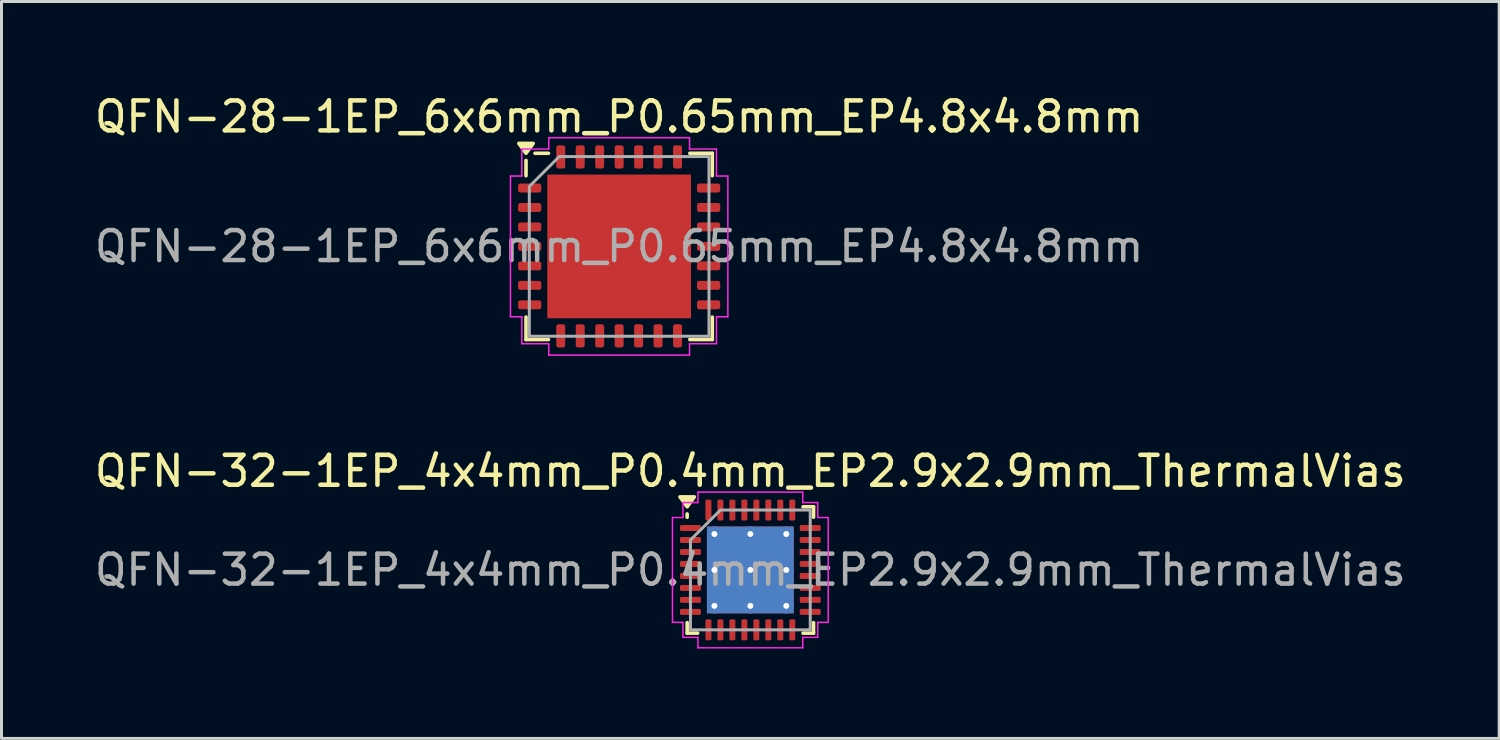
<source format=kicad_pcb>
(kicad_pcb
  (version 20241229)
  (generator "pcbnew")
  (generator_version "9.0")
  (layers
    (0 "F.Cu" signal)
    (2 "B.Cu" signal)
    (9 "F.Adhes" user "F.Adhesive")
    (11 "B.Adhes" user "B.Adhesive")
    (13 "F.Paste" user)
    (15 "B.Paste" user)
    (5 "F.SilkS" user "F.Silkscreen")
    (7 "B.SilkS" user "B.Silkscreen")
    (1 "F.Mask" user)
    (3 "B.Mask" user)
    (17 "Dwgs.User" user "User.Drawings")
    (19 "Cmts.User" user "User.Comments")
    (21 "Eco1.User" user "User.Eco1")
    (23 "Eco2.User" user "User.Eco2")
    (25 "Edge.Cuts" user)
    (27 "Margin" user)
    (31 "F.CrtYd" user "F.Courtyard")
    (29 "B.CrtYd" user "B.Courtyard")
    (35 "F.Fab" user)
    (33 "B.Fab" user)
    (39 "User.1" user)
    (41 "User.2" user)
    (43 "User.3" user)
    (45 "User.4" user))
  (footprint "QFN-32-1EP_4x4mm_P0.4mm_EP2.9x2.9mm_ThermalVias"
    (layer "F.Cu")
    (at 22.006 15.982)
    (property "Reference" "QFN-32-1EP_4x4mm_P0.4mm_EP2.9x2.9mm_ThermalVias" (at 0 -3.3 0) (layer "F.SilkS") (effects (font (size 1 1) (thickness 0.15))))
    (attr smd)
    (fp_line (start -2.11 -1.76) (end -2.11 -1.87) (stroke (width 0.12) (type solid)) (layer "F.SilkS"))
    (fp_line (start -2.11 2.11) (end -2.11 1.76) (stroke (width 0.12) (type solid)) (layer "F.SilkS"))
    (fp_line (start -1.76 2.11) (end -2.11 2.11) (stroke (width 0.12) (type solid)) (layer "F.SilkS"))
    (fp_line (start 1.76 -2.11) (end 2.11 -2.11) (stroke (width 0.12) (type solid)) (layer "F.SilkS"))
    (fp_line (start 1.76 2.11) (end 2.11 2.11) (stroke (width 0.12) (type solid)) (layer "F.SilkS"))
    (fp_line (start 2.11 -2.11) (end 2.11 -1.76) (stroke (width 0.12) (type solid)) (layer "F.SilkS"))
    (fp_line (start 2.11 2.11) (end 2.11 1.76) (stroke (width 0.12) (type solid)) (layer "F.SilkS"))
    (fp_poly (pts (xy -2.11 -2.11) (xy -2.35 -2.44) (xy -1.87 -2.44)) (stroke (width 0.12) (type solid)) (fill yes) (layer "F.SilkS"))
    (fp_line (start -2.6 -1.75) (end -2.25 -1.75) (stroke (width 0.05) (type solid)) (layer "F.CrtYd"))
    (fp_line (start -2.6 1.75) (end -2.6 -1.75) (stroke (width 0.05) (type solid)) (layer "F.CrtYd"))
    (fp_line (start -2.25 -2.25) (end -1.75 -2.25) (stroke (width 0.05) (type solid)) (layer "F.CrtYd"))
    (fp_line (start -2.25 -1.75) (end -2.25 -2.25) (stroke (width 0.05) (type solid)) (layer "F.CrtYd"))
    (fp_line (start -2.25 1.75) (end -2.6 1.75) (stroke (width 0.05) (type solid)) (layer "F.CrtYd"))
    (fp_line (start -2.25 2.25) (end -2.25 1.75) (stroke (width 0.05) (type solid)) (layer "F.CrtYd"))
    (fp_line (start -1.75 -2.6) (end 1.75 -2.6) (stroke (width 0.05) (type solid)) (layer "F.CrtYd"))
    (fp_line (start -1.75 -2.25) (end -1.75 -2.6) (stroke (width 0.05) (type solid)) (layer "F.CrtYd"))
    (fp_line (start -1.75 2.25) (end -2.25 2.25) (stroke (width 0.05) (type solid)) (layer "F.CrtYd"))
    (fp_line (start -1.75 2.6) (end -1.75 2.25) (stroke (width 0.05) (type solid)) (layer "F.CrtYd"))
    (fp_line (start 1.75 -2.6) (end 1.75 -2.25) (stroke (width 0.05) (type solid)) (layer "F.CrtYd"))
    (fp_line (start 1.75 -2.25) (end 2.25 -2.25) (stroke (width 0.05) (type solid)) (layer "F.CrtYd"))
    (fp_line (start 1.75 2.25) (end 1.75 2.6) (stroke (width 0.05) (type solid)) (layer "F.CrtYd"))
    (fp_line (start 1.75 2.6) (end -1.75 2.6) (stroke (width 0.05) (type solid)) (layer "F.CrtYd"))
    (fp_line (start 2.25 -2.25) (end 2.25 -1.75) (stroke (width 0.05) (type solid)) (layer "F.CrtYd"))
    (fp_line (start 2.25 -1.75) (end 2.6 -1.75) (stroke (width 0.05) (type solid)) (layer "F.CrtYd"))
    (fp_line (start 2.25 1.75) (end 2.25 2.25) (stroke (width 0.05) (type solid)) (layer "F.CrtYd"))
    (fp_line (start 2.25 2.25) (end 1.75 2.25) (stroke (width 0.05) (type solid)) (layer "F.CrtYd"))
    (fp_line (start 2.6 -1.75) (end 2.6 1.75) (stroke (width 0.05) (type solid)) (layer "F.CrtYd"))
    (fp_line (start 2.6 1.75) (end 2.25 1.75) (stroke (width 0.05) (type solid)) (layer "F.CrtYd"))
    (fp_poly (pts (xy -2 -1) (xy -2 2) (xy 2 2) (xy 2 -2) (xy -1 -2)) (stroke (width 0.1) (type solid)) (fill no) (layer "F.Fab"))
    (fp_text user "${REFERENCE}" (at 0 0 0) (layer "F.Fab") (effects (font (size 1 1) (thickness 0.15))))
    (pad "" smd roundrect (at -0.725 -0.725) (size 1.26 1.26) (layers "F.Paste") (roundrect_rratio 0.198))
    (pad "" smd roundrect (at -0.725 0.725) (size 1.26 1.26) (layers "F.Paste") (roundrect_rratio 0.198))
    (pad "" smd roundrect (at 0.725 -0.725) (size 1.26 1.26) (layers "F.Paste") (roundrect_rratio 0.198))
    (pad "" smd roundrect (at 0.725 0.725) (size 1.26 1.26) (layers "F.Paste") (roundrect_rratio 0.198))
    (pad "1" smd roundrect (at -2 -1.4) (size 0.7 0.2) (layers "F.Cu" "F.Mask" "F.Paste") (roundrect_rratio 0.25))
    (pad "2" smd roundrect (at -2 -1) (size 0.7 0.2) (layers "F.Cu" "F.Mask" "F.Paste") (roundrect_rratio 0.25))
    (pad "3" smd roundrect (at -2 -0.6) (size 0.7 0.2) (layers "F.Cu" "F.Mask" "F.Paste") (roundrect_rratio 0.25))
    (pad "4" smd roundrect (at -2 -0.2) (size 0.7 0.2) (layers "F.Cu" "F.Mask" "F.Paste") (roundrect_rratio 0.25))
    (pad "5" smd roundrect (at -2 0.2) (size 0.7 0.2) (layers "F.Cu" "F.Mask" "F.Paste") (roundrect_rratio 0.25))
    (pad "6" smd roundrect (at -2 0.6) (size 0.7 0.2) (layers "F.Cu" "F.Mask" "F.Paste") (roundrect_rratio 0.25))
    (pad "7" smd roundrect (at -2 1) (size 0.7 0.2) (layers "F.Cu" "F.Mask" "F.Paste") (roundrect_rratio 0.25))
    (pad "8" smd roundrect (at -2 1.4) (size 0.7 0.2) (layers "F.Cu" "F.Mask" "F.Paste") (roundrect_rratio 0.25))
    (pad "9" smd roundrect (at -1.4 2) (size 0.2 0.7) (layers "F.Cu" "F.Mask" "F.Paste") (roundrect_rratio 0.25))
    (pad "10" smd roundrect (at -1 2) (size 0.2 0.7) (layers "F.Cu" "F.Mask" "F.Paste") (roundrect_rratio 0.25))
    (pad "11" smd roundrect (at -0.6 2) (size 0.2 0.7) (layers "F.Cu" "F.Mask" "F.Paste") (roundrect_rratio 0.25))
    (pad "12" smd roundrect (at -0.2 2) (size 0.2 0.7) (layers "F.Cu" "F.Mask" "F.Paste") (roundrect_rratio 0.25))
    (pad "13" smd roundrect (at 0.2 2) (size 0.2 0.7) (layers "F.Cu" "F.Mask" "F.Paste") (roundrect_rratio 0.25))
    (pad "14" smd roundrect (at 0.6 2) (size 0.2 0.7) (layers "F.Cu" "F.Mask" "F.Paste") (roundrect_rratio 0.25))
    (pad "15" smd roundrect (at 1 2) (size 0.2 0.7) (layers "F.Cu" "F.Mask" "F.Paste") (roundrect_rratio 0.25))
    (pad "16" smd roundrect (at 1.4 2) (size 0.2 0.7) (layers "F.Cu" "F.Mask" "F.Paste") (roundrect_rratio 0.25))
    (pad "17" smd roundrect (at 2 1.4) (size 0.7 0.2) (layers "F.Cu" "F.Mask" "F.Paste") (roundrect_rratio 0.25))
    (pad "18" smd roundrect (at 2 1) (size 0.7 0.2) (layers "F.Cu" "F.Mask" "F.Paste") (roundrect_rratio 0.25))
    (pad "19" smd roundrect (at 2 0.6) (size 0.7 0.2) (layers "F.Cu" "F.Mask" "F.Paste") (roundrect_rratio 0.25))
    (pad "20" smd roundrect (at 2 0.2) (size 0.7 0.2) (layers "F.Cu" "F.Mask" "F.Paste") (roundrect_rratio 0.25))
    (pad "21" smd roundrect (at 2 -0.2) (size 0.7 0.2) (layers "F.Cu" "F.Mask" "F.Paste") (roundrect_rratio 0.25))
    (pad "22" smd roundrect (at 2 -0.6) (size 0.7 0.2) (layers "F.Cu" "F.Mask" "F.Paste") (roundrect_rratio 0.25))
    (pad "23" smd roundrect (at 2 -1) (size 0.7 0.2) (layers "F.Cu" "F.Mask" "F.Paste") (roundrect_rratio 0.25))
    (pad "24" smd roundrect (at 2 -1.4) (size 0.7 0.2) (layers "F.Cu" "F.Mask" "F.Paste") (roundrect_rratio 0.25))
    (pad "25" smd roundrect (at 1.4 -2) (size 0.2 0.7) (layers "F.Cu" "F.Mask" "F.Paste") (roundrect_rratio 0.25))
    (pad "26" smd roundrect (at 1 -2) (size 0.2 0.7) (layers "F.Cu" "F.Mask" "F.Paste") (roundrect_rratio 0.25))
    (pad "27" smd roundrect (at 0.6 -2) (size 0.2 0.7) (layers "F.Cu" "F.Mask" "F.Paste") (roundrect_rratio 0.25))
    (pad "28" smd roundrect (at 0.2 -2) (size 0.2 0.7) (layers "F.Cu" "F.Mask" "F.Paste") (roundrect_rratio 0.25))
    (pad "29" smd roundrect (at -0.2 -2) (size 0.2 0.7) (layers "F.Cu" "F.Mask" "F.Paste") (roundrect_rratio 0.25))
    (pad "30" smd roundrect (at -0.6 -2) (size 0.2 0.7) (layers "F.Cu" "F.Mask" "F.Paste") (roundrect_rratio 0.25))
    (pad "31" smd roundrect (at -1 -2) (size 0.2 0.7) (layers "F.Cu" "F.Mask" "F.Paste") (roundrect_rratio 0.25))
    (pad "32" smd roundrect (at -1.4 -2) (size 0.2 0.7) (layers "F.Cu" "F.Mask" "F.Paste") (roundrect_rratio 0.25))
    (pad "33" thru_hole circle (at -1.2 -1.2) (size 0.5 0.5) (drill 0.2) (property pad_prop_heatsink) (layers "*.Cu"))
    (pad "33" thru_hole circle (at -1.2 0) (size 0.5 0.5) (drill 0.2) (property pad_prop_heatsink) (layers "*.Cu"))
    (pad "33" thru_hole circle (at -1.2 1.2) (size 0.5 0.5) (drill 0.2) (property pad_prop_heatsink) (layers "*.Cu"))
    (pad "33" thru_hole circle (at 0 -1.2) (size 0.5 0.5) (drill 0.2) (property pad_prop_heatsink) (layers "*.Cu"))
    (pad "33" thru_hole circle (at 0 0) (size 0.5 0.5) (drill 0.2) (property pad_prop_heatsink) (layers "*.Cu"))
    (pad "33" smd rect (at 0 0) (size 2.9 2.9) (property pad_prop_heatsink) (layers "F.Cu" "F.Mask"))
    (pad "33" smd rect (at 0 0) (size 2.9 2.9) (property pad_prop_heatsink) (layers "B.Cu"))
    (pad "33" thru_hole circle (at 0 1.2) (size 0.5 0.5) (drill 0.2) (property pad_prop_heatsink) (layers "*.Cu"))
    (pad "33" thru_hole circle (at 1.2 -1.2) (size 0.5 0.5) (drill 0.2) (property pad_prop_heatsink) (layers "*.Cu"))
    (pad "33" thru_hole circle (at 1.2 0) (size 0.5 0.5) (drill 0.2) (property pad_prop_heatsink) (layers "*.Cu"))
    (pad "33" thru_hole circle (at 1.2 1.2) (size 0.5 0.5) (drill 0.2) (property pad_prop_heatsink) (layers "*.Cu")))
  (footprint "QFN-28-1EP_6x6mm_P0.65mm_EP4.8x4.8mm"
    (layer "F.Cu")
    (at 17.625 5.178)
    (property "Reference" "QFN-28-1EP_6x6mm_P0.65mm_EP4.8x4.8mm" (at 0 -4.33 0) (layer "F.SilkS") (effects (font (size 1 1) (thickness 0.15))))
    (attr smd)
    (fp_line (start -3.11 -2.36) (end -3.11 -2.87) (stroke (width 0.12) (type solid)) (layer "F.SilkS"))
    (fp_line (start -3.11 3.11) (end -3.11 2.36) (stroke (width 0.12) (type solid)) (layer "F.SilkS"))
    (fp_line (start -2.36 -3.11) (end -2.81 -3.11) (stroke (width 0.12) (type solid)) (layer "F.SilkS"))
    (fp_line (start -2.36 3.11) (end -3.11 3.11) (stroke (width 0.12) (type solid)) (layer "F.SilkS"))
    (fp_line (start 2.36 -3.11) (end 3.11 -3.11) (stroke (width 0.12) (type solid)) (layer "F.SilkS"))
    (fp_line (start 2.36 3.11) (end 3.11 3.11) (stroke (width 0.12) (type solid)) (layer "F.SilkS"))
    (fp_line (start 3.11 -3.11) (end 3.11 -2.36) (stroke (width 0.12) (type solid)) (layer "F.SilkS"))
    (fp_line (start 3.11 3.11) (end 3.11 2.36) (stroke (width 0.12) (type solid)) (layer "F.SilkS"))
    (fp_poly (pts (xy -3.11 -3.11) (xy -3.35 -3.44) (xy -2.87 -3.44)) (stroke (width 0.12) (type solid)) (fill yes) (layer "F.SilkS"))
    (fp_line (start -3.63 -2.35) (end -3.25 -2.35) (stroke (width 0.05) (type solid)) (layer "F.CrtYd"))
    (fp_line (start -3.63 2.35) (end -3.63 -2.35) (stroke (width 0.05) (type solid)) (layer "F.CrtYd"))
    (fp_line (start -3.25 -3.25) (end -2.35 -3.25) (stroke (width 0.05) (type solid)) (layer "F.CrtYd"))
    (fp_line (start -3.25 -2.35) (end -3.25 -3.25) (stroke (width 0.05) (type solid)) (layer "F.CrtYd"))
    (fp_line (start -3.25 2.35) (end -3.63 2.35) (stroke (width 0.05) (type solid)) (layer "F.CrtYd"))
    (fp_line (start -3.25 3.25) (end -3.25 2.35) (stroke (width 0.05) (type solid)) (layer "F.CrtYd"))
    (fp_line (start -2.35 -3.63) (end 2.35 -3.63) (stroke (width 0.05) (type solid)) (layer "F.CrtYd"))
    (fp_line (start -2.35 -3.25) (end -2.35 -3.63) (stroke (width 0.05) (type solid)) (layer "F.CrtYd"))
    (fp_line (start -2.35 3.25) (end -3.25 3.25) (stroke (width 0.05) (type solid)) (layer "F.CrtYd"))
    (fp_line (start -2.35 3.63) (end -2.35 3.25) (stroke (width 0.05) (type solid)) (layer "F.CrtYd"))
    (fp_line (start 2.35 -3.63) (end 2.35 -3.25) (stroke (width 0.05) (type solid)) (layer "F.CrtYd"))
    (fp_line (start 2.35 -3.25) (end 3.25 -3.25) (stroke (width 0.05) (type solid)) (layer "F.CrtYd"))
    (fp_line (start 2.35 3.25) (end 2.35 3.63) (stroke (width 0.05) (type solid)) (layer "F.CrtYd"))
    (fp_line (start 2.35 3.63) (end -2.35 3.63) (stroke (width 0.05) (type solid)) (layer "F.CrtYd"))
    (fp_line (start 3.25 -3.25) (end 3.25 -2.35) (stroke (width 0.05) (type solid)) (layer "F.CrtYd"))
    (fp_line (start 3.25 -2.35) (end 3.63 -2.35) (stroke (width 0.05) (type solid)) (layer "F.CrtYd"))
    (fp_line (start 3.25 2.35) (end 3.25 3.25) (stroke (width 0.05) (type solid)) (layer "F.CrtYd"))
    (fp_line (start 3.25 3.25) (end 2.35 3.25) (stroke (width 0.05) (type solid)) (layer "F.CrtYd"))
    (fp_line (start 3.63 -2.35) (end 3.63 2.35) (stroke (width 0.05) (type solid)) (layer "F.CrtYd"))
    (fp_line (start 3.63 2.35) (end 3.25 2.35) (stroke (width 0.05) (type solid)) (layer "F.CrtYd"))
    (fp_poly (pts (xy -3 -2) (xy -3 3) (xy 3 3) (xy 3 -3) (xy -2 -3)) (stroke (width 0.1) (type solid)) (fill no) (layer "F.Fab"))
    (fp_text user "${REFERENCE}" (at 0 0 0) (layer "F.Fab") (effects (font (size 1 1) (thickness 0.15))))
    (pad "" smd roundrect (at -1.6 -1.6) (size 1.29 1.29) (layers "F.Paste") (roundrect_rratio 0.194))
    (pad "" smd roundrect (at -1.6 0) (size 1.29 1.29) (layers "F.Paste") (roundrect_rratio 0.194))
    (pad "" smd roundrect (at -1.6 1.6) (size 1.29 1.29) (layers "F.Paste") (roundrect_rratio 0.194))
    (pad "" smd roundrect (at 0 -1.6) (size 1.29 1.29) (layers "F.Paste") (roundrect_rratio 0.194))
    (pad "" smd roundrect (at 0 0) (size 1.29 1.29) (layers "F.Paste") (roundrect_rratio 0.194))
    (pad "" smd roundrect (at 0 1.6) (size 1.29 1.29) (layers "F.Paste") (roundrect_rratio 0.194))
    (pad "" smd roundrect (at 1.6 -1.6) (size 1.29 1.29) (layers "F.Paste") (roundrect_rratio 0.194))
    (pad "" smd roundrect (at 1.6 0) (size 1.29 1.29) (layers "F.Paste") (roundrect_rratio 0.194))
    (pad "" smd roundrect (at 1.6 1.6) (size 1.29 1.29) (layers "F.Paste") (roundrect_rratio 0.194))
    (pad "1" smd roundrect (at -2.987 -1.95) (size 0.775 0.3) (layers "F.Cu" "F.Mask" "F.Paste") (roundrect_rratio 0.25))
    (pad "2" smd roundrect (at -2.987 -1.3) (size 0.775 0.3) (layers "F.Cu" "F.Mask" "F.Paste") (roundrect_rratio 0.25))
    (pad "3" smd roundrect (at -2.987 -0.65) (size 0.775 0.3) (layers "F.Cu" "F.Mask" "F.Paste") (roundrect_rratio 0.25))
    (pad "4" smd roundrect (at -2.987 0) (size 0.775 0.3) (layers "F.Cu" "F.Mask" "F.Paste") (roundrect_rratio 0.25))
    (pad "5" smd roundrect (at -2.987 0.65) (size 0.775 0.3) (layers "F.Cu" "F.Mask" "F.Paste") (roundrect_rratio 0.25))
    (pad "6" smd roundrect (at -2.987 1.3) (size 0.775 0.3) (layers "F.Cu" "F.Mask" "F.Paste") (roundrect_rratio 0.25))
    (pad "7" smd roundrect (at -2.987 1.95) (size 0.775 0.3) (layers "F.Cu" "F.Mask" "F.Paste") (roundrect_rratio 0.25))
    (pad "8" smd roundrect (at -1.95 2.987) (size 0.3 0.775) (layers "F.Cu" "F.Mask" "F.Paste") (roundrect_rratio 0.25))
    (pad "9" smd roundrect (at -1.3 2.987) (size 0.3 0.775) (layers "F.Cu" "F.Mask" "F.Paste") (roundrect_rratio 0.25))
    (pad "10" smd roundrect (at -0.65 2.987) (size 0.3 0.775) (layers "F.Cu" "F.Mask" "F.Paste") (roundrect_rratio 0.25))
    (pad "11" smd roundrect (at 0 2.987) (size 0.3 0.775) (layers "F.Cu" "F.Mask" "F.Paste") (roundrect_rratio 0.25))
    (pad "12" smd roundrect (at 0.65 2.987) (size 0.3 0.775) (layers "F.Cu" "F.Mask" "F.Paste") (roundrect_rratio 0.25))
    (pad "13" smd roundrect (at 1.3 2.987) (size 0.3 0.775) (layers "F.Cu" "F.Mask" "F.Paste") (roundrect_rratio 0.25))
    (pad "14" smd roundrect (at 1.95 2.987) (size 0.3 0.775) (layers "F.Cu" "F.Mask" "F.Paste") (roundrect_rratio 0.25))
    (pad "15" smd roundrect (at 2.987 1.95) (size 0.775 0.3) (layers "F.Cu" "F.Mask" "F.Paste") (roundrect_rratio 0.25))
    (pad "16" smd roundrect (at 2.987 1.3) (size 0.775 0.3) (layers "F.Cu" "F.Mask" "F.Paste") (roundrect_rratio 0.25))
    (pad "17" smd roundrect (at 2.987 0.65) (size 0.775 0.3) (layers "F.Cu" "F.Mask" "F.Paste") (roundrect_rratio 0.25))
    (pad "18" smd roundrect (at 2.987 0) (size 0.775 0.3) (layers "F.Cu" "F.Mask" "F.Paste") (roundrect_rratio 0.25))
    (pad "19" smd roundrect (at 2.987 -0.65) (size 0.775 0.3) (layers "F.Cu" "F.Mask" "F.Paste") (roundrect_rratio 0.25))
    (pad "20" smd roundrect (at 2.987 -1.3) (size 0.775 0.3) (layers "F.Cu" "F.Mask" "F.Paste") (roundrect_rratio 0.25))
    (pad "21" smd roundrect (at 2.987 -1.95) (size 0.775 0.3) (layers "F.Cu" "F.Mask" "F.Paste") (roundrect_rratio 0.25))
    (pad "22" smd roundrect (at 1.95 -2.987) (size 0.3 0.775) (layers "F.Cu" "F.Mask" "F.Paste") (roundrect_rratio 0.25))
    (pad "23" smd roundrect (at 1.3 -2.987) (size 0.3 0.775) (layers "F.Cu" "F.Mask" "F.Paste") (roundrect_rratio 0.25))
    (pad "24" smd roundrect (at 0.65 -2.987) (size 0.3 0.775) (layers "F.Cu" "F.Mask" "F.Paste") (roundrect_rratio 0.25))
    (pad "25" smd roundrect (at 0 -2.987) (size 0.3 0.775) (layers "F.Cu" "F.Mask" "F.Paste") (roundrect_rratio 0.25))
    (pad "26" smd roundrect (at -0.65 -2.987) (size 0.3 0.775) (layers "F.Cu" "F.Mask" "F.Paste") (roundrect_rratio 0.25))
    (pad "27" smd roundrect (at -1.3 -2.987) (size 0.3 0.775) (layers "F.Cu" "F.Mask" "F.Paste") (roundrect_rratio 0.25))
    (pad "28" smd roundrect (at -1.95 -2.987) (size 0.3 0.775) (layers "F.Cu" "F.Mask" "F.Paste") (roundrect_rratio 0.25))
    (pad "29" smd rect (at 0 0) (size 4.8 4.8) (property pad_prop_heatsink) (layers "F.Cu" "F.Mask")))
  (gr_rect
    (start -3 -3)
    (end 47.012 21.607)
    (stroke (width 0.1) (type default))
    (fill no)
    (layer "Edge.Cuts")))
</source>
